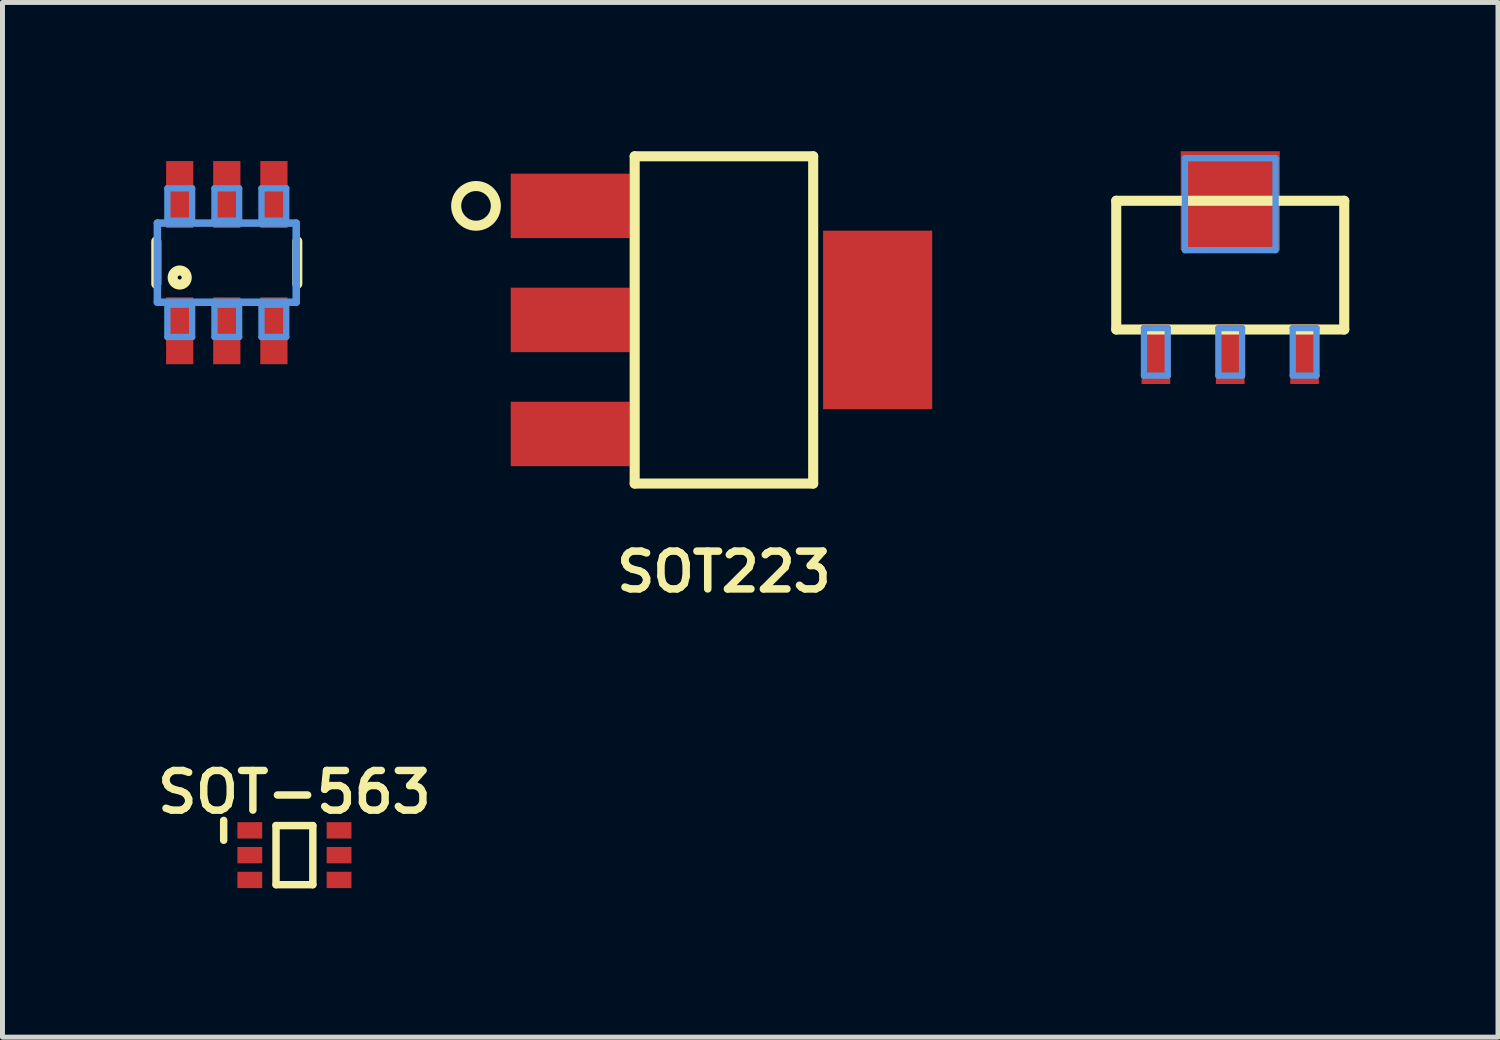
<source format=kicad_pcb>
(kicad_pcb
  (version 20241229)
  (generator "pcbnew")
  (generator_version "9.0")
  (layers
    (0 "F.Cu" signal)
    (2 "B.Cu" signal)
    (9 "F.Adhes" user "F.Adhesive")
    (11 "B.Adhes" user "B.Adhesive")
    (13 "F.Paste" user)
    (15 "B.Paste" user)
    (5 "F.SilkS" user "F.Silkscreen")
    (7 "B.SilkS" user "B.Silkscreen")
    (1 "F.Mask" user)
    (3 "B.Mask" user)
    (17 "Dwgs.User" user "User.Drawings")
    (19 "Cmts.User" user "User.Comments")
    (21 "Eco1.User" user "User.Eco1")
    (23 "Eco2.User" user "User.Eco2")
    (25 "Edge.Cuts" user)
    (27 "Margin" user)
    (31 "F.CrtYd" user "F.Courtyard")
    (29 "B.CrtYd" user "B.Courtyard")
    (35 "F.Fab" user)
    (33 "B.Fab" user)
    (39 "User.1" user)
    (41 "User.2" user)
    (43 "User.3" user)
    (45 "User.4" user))
  (footprint "SOT23-6"
    (layer "F.Cu")
    (at 1.524 2.247)
    (property "Reference" "SOT23-6" (at -0.076 -1.956 0) (layer "Eco1.User") (effects (font (size 0.406 0.406) (thickness 0.03))))
    (attr through_hole)
    (fp_line (start -1.422 0.429) (end -1.422 -0.429) (stroke (width 0.203) (type solid)) (layer "F.SilkS"))
    (fp_line (start 1.422 -0.429) (end 1.422 0.429) (stroke (width 0.203) (type solid)) (layer "F.SilkS"))
    (fp_circle (center -0.95 0.3) (end -0.808 0.3) (stroke (width 0.203) (type solid)) (fill no) (layer "F.SilkS"))
    (fp_line (start -1.4 -0.798) (end -1.4 0.798) (stroke (width 0.152) (type solid)) (layer "Cmts.User"))
    (fp_line (start -1.4 -0.798) (end 1.4 -0.798) (stroke (width 0.152) (type solid)) (layer "Cmts.User"))
    (fp_line (start -1.199 -1.499) (end -1.199 -0.848) (stroke (width 0.127) (type solid)) (layer "Cmts.User"))
    (fp_line (start -1.199 -0.848) (end -0.699 -0.848) (stroke (width 0.127) (type solid)) (layer "Cmts.User"))
    (fp_line (start -1.199 0.848) (end -1.199 1.499) (stroke (width 0.127) (type solid)) (layer "Cmts.User"))
    (fp_line (start -1.199 1.499) (end -0.699 1.499) (stroke (width 0.127) (type solid)) (layer "Cmts.User"))
    (fp_line (start -0.699 -1.499) (end -1.199 -1.499) (stroke (width 0.127) (type solid)) (layer "Cmts.User"))
    (fp_line (start -0.699 -0.848) (end -0.699 -1.499) (stroke (width 0.127) (type solid)) (layer "Cmts.User"))
    (fp_line (start -0.699 0.848) (end -1.199 0.848) (stroke (width 0.127) (type solid)) (layer "Cmts.User"))
    (fp_line (start -0.699 1.499) (end -0.699 0.848) (stroke (width 0.127) (type solid)) (layer "Cmts.User"))
    (fp_line (start -0.249 -1.499) (end -0.249 -0.848) (stroke (width 0.127) (type solid)) (layer "Cmts.User"))
    (fp_line (start -0.249 -0.848) (end 0.249 -0.848) (stroke (width 0.127) (type solid)) (layer "Cmts.User"))
    (fp_line (start -0.249 0.848) (end -0.249 1.499) (stroke (width 0.127) (type solid)) (layer "Cmts.User"))
    (fp_line (start -0.249 1.499) (end 0.249 1.499) (stroke (width 0.127) (type solid)) (layer "Cmts.User"))
    (fp_line (start 0.249 -1.499) (end -0.249 -1.499) (stroke (width 0.127) (type solid)) (layer "Cmts.User"))
    (fp_line (start 0.249 -0.848) (end 0.249 -1.499) (stroke (width 0.127) (type solid)) (layer "Cmts.User"))
    (fp_line (start 0.249 0.848) (end -0.249 0.848) (stroke (width 0.127) (type solid)) (layer "Cmts.User"))
    (fp_line (start 0.249 1.499) (end 0.249 0.848) (stroke (width 0.127) (type solid)) (layer "Cmts.User"))
    (fp_line (start 0.699 -1.499) (end 0.699 -0.848) (stroke (width 0.127) (type solid)) (layer "Cmts.User"))
    (fp_line (start 0.699 -0.848) (end 1.199 -0.848) (stroke (width 0.127) (type solid)) (layer "Cmts.User"))
    (fp_line (start 0.699 0.848) (end 0.699 1.499) (stroke (width 0.127) (type solid)) (layer "Cmts.User"))
    (fp_line (start 0.699 1.499) (end 1.199 1.499) (stroke (width 0.127) (type solid)) (layer "Cmts.User"))
    (fp_line (start 1.199 -1.499) (end 0.699 -1.499) (stroke (width 0.127) (type solid)) (layer "Cmts.User"))
    (fp_line (start 1.199 -0.848) (end 1.199 -1.499) (stroke (width 0.127) (type solid)) (layer "Cmts.User"))
    (fp_line (start 1.199 0.848) (end 0.699 0.848) (stroke (width 0.127) (type solid)) (layer "Cmts.User"))
    (fp_line (start 1.199 1.499) (end 1.199 0.848) (stroke (width 0.127) (type solid)) (layer "Cmts.User"))
    (fp_line (start 1.4 -0.798) (end 1.4 0.798) (stroke (width 0.152) (type solid)) (layer "Cmts.User"))
    (fp_line (start 1.4 0.798) (end -1.4 0.798) (stroke (width 0.152) (type solid)) (layer "Cmts.User"))
    (pad "1" smd rect (at -0.95 1.374) (size 0.549 1.349) (layers "F.Cu" "F.Mask" "F.Paste"))
    (pad "2" smd rect (at 0 1.374) (size 0.549 1.349) (layers "F.Cu" "F.Mask" "F.Paste"))
    (pad "3" smd rect (at 0.95 1.374) (size 0.549 1.349) (layers "F.Cu" "F.Mask" "F.Paste"))
    (pad "4" smd rect (at 0.95 -1.374) (size 0.549 1.349) (layers "F.Cu" "F.Mask" "F.Paste"))
    (pad "5" smd rect (at 0 -1.374) (size 0.549 1.349) (layers "F.Cu" "F.Mask" "F.Paste"))
    (pad "6" smd rect (at -0.95 -1.374) (size 0.549 1.349) (layers "F.Cu" "F.Mask" "F.Paste")))
  (footprint "SOT223"
    (layer "F.Cu")
    (at 11.55 3.402)
    (property "Reference" "SOT223" (at 0 5.08 0) (layer "F.SilkS") (effects (font (size 0.762 0.762) (thickness 0.152))))
    (attr smd)
    (fp_line (start -1.8 -3.3) (end 1.8 -3.3) (stroke (width 0.203) (type solid)) (layer "F.SilkS"))
    (fp_line (start -1.8 3.3) (end -1.8 -3.3) (stroke (width 0.203) (type solid)) (layer "F.SilkS"))
    (fp_line (start 1.8 -3.3) (end 1.8 3.3) (stroke (width 0.203) (type solid)) (layer "F.SilkS"))
    (fp_line (start 1.8 3.3) (end -1.8 3.3) (stroke (width 0.203) (type solid)) (layer "F.SilkS"))
    (fp_circle (center -5 -2.3) (end -4.6 -2.3) (stroke (width 0.203) (type solid)) (fill no) (layer "F.SilkS"))
    (pad "0" smd rect (at 3.1 0) (size 2.2 3.6) (layers "F.Cu" "F.Mask" "F.Paste"))
    (pad "1" smd rect (at -3.1 -2.3) (size 2.4 1.3) (layers "F.Cu" "F.Mask" "F.Paste"))
    (pad "2" smd rect (at -3.1 0) (size 2.4 1.3) (layers "F.Cu" "F.Mask" "F.Paste"))
    (pad "3" smd rect (at -3.1 2.3) (size 2.4 1.3) (layers "F.Cu" "F.Mask" "F.Paste")))
  (footprint "SOT-89"
    (layer "F.Cu")
    (at 21.761 2.297)
    (property "Reference" "SOT-89" (at -2.72 -0.264 90) (layer "Eco1.User") (effects (font (size 0.406 0.406) (thickness 0.03))))
    (attr through_hole)
    (fp_line (start -2.299 -1.298) (end 2.299 -1.298) (stroke (width 0.203) (type solid)) (layer "F.SilkS"))
    (fp_line (start -2.299 1.298) (end -2.299 -1.298) (stroke (width 0.203) (type solid)) (layer "F.SilkS"))
    (fp_line (start 2.299 -1.298) (end 2.299 1.298) (stroke (width 0.203) (type solid)) (layer "F.SilkS"))
    (fp_line (start 2.299 1.298) (end -2.299 1.298) (stroke (width 0.203) (type solid)) (layer "F.SilkS"))
    (fp_line (start -1.74 1.27) (end -1.74 2.228) (stroke (width 0.127) (type solid)) (layer "Cmts.User"))
    (fp_line (start -1.74 2.228) (end -1.26 2.228) (stroke (width 0.127) (type solid)) (layer "Cmts.User"))
    (fp_line (start -1.26 1.27) (end -1.74 1.27) (stroke (width 0.127) (type solid)) (layer "Cmts.User"))
    (fp_line (start -1.26 2.228) (end -1.26 1.27) (stroke (width 0.127) (type solid)) (layer "Cmts.User"))
    (fp_line (start -0.914 -2.156) (end -0.914 -0.302) (stroke (width 0.127) (type solid)) (layer "Cmts.User"))
    (fp_line (start -0.914 -0.302) (end 0.914 -0.302) (stroke (width 0.127) (type solid)) (layer "Cmts.User"))
    (fp_line (start -0.239 1.27) (end -0.239 2.228) (stroke (width 0.127) (type solid)) (layer "Cmts.User"))
    (fp_line (start -0.239 2.228) (end 0.239 2.228) (stroke (width 0.127) (type solid)) (layer "Cmts.User"))
    (fp_line (start 0.239 1.27) (end -0.239 1.27) (stroke (width 0.127) (type solid)) (layer "Cmts.User"))
    (fp_line (start 0.239 2.228) (end 0.239 1.27) (stroke (width 0.127) (type solid)) (layer "Cmts.User"))
    (fp_line (start 0.914 -2.156) (end -0.914 -2.156) (stroke (width 0.127) (type solid)) (layer "Cmts.User"))
    (fp_line (start 0.914 -0.302) (end 0.914 -2.156) (stroke (width 0.127) (type solid)) (layer "Cmts.User"))
    (fp_line (start 1.26 1.27) (end 1.26 2.228) (stroke (width 0.127) (type solid)) (layer "Cmts.User"))
    (fp_line (start 1.26 2.228) (end 1.74 2.228) (stroke (width 0.127) (type solid)) (layer "Cmts.User"))
    (fp_line (start 1.74 1.27) (end 1.26 1.27) (stroke (width 0.127) (type solid)) (layer "Cmts.User"))
    (fp_line (start 1.74 2.228) (end 1.74 1.27) (stroke (width 0.127) (type solid)) (layer "Cmts.User"))
    (pad "1" smd rect (at -1.499 1.798) (size 0.579 1.199) (layers "F.Cu" "F.Mask" "F.Paste"))
    (pad "2" smd rect (at 0 1.798) (size 0.579 1.199) (layers "F.Cu" "F.Mask" "F.Paste"))
    (pad "3" smd rect (at 1.499 1.798) (size 0.579 1.199) (layers "F.Cu" "F.Mask" "F.Paste"))
    (pad "4" smd rect (at 0 -1.298) (size 1.999 1.999) (layers "F.Cu" "F.Mask" "F.Paste")))
  (footprint "SOT-563"
    (layer "F.Cu")
    (at 2.888 14.196)
    (property "Reference" "SOT-563" (at 0 -1.27 0) (layer "F.SilkS") (effects (font (size 0.8 0.8) (thickness 0.15))))
    (attr smd)
    (fp_line (start -1.427 -0.7) (end -1.427 -0.3) (stroke (width 0.15) (type solid)) (layer "F.SilkS"))
    (fp_line (start -0.371 0.596) (end -0.371 -0.596) (stroke (width 0.15) (type solid)) (layer "F.SilkS"))
    (fp_line (start 0.371 -0.596) (end -0.371 -0.596) (stroke (width 0.15) (type solid)) (layer "F.SilkS"))
    (fp_line (start 0.371 -0.596) (end 0.371 0.596) (stroke (width 0.15) (type solid)) (layer "F.SilkS"))
    (fp_line (start 0.371 0.596) (end -0.371 0.596) (stroke (width 0.15) (type solid)) (layer "F.SilkS"))
    (pad "1" smd rect (at -0.9 -0.5 180) (size 0.5 0.33) (layers "F.Cu" "F.Mask" "F.Paste"))
    (pad "2" smd rect (at -0.9 0 180) (size 0.5 0.33) (layers "F.Cu" "F.Mask" "F.Paste"))
    (pad "3" smd rect (at -0.9 0.5 180) (size 0.5 0.33) (layers "F.Cu" "F.Mask" "F.Paste"))
    (pad "4" smd rect (at 0.9 0.5 180) (size 0.5 0.33) (layers "F.Cu" "F.Mask" "F.Paste"))
    (pad "5" smd rect (at 0.9 0 180) (size 0.5 0.33) (layers "F.Cu" "F.Mask" "F.Paste"))
    (pad "6" smd rect (at 0.9 -0.5 180) (size 0.5 0.33) (layers "F.Cu" "F.Mask" "F.Paste")))
  (gr_rect
    (start -3 -3)
    (end 27.161 17.867)
    (stroke (width 0.1) (type default))
    (fill no)
    (layer "Edge.Cuts")))
</source>
